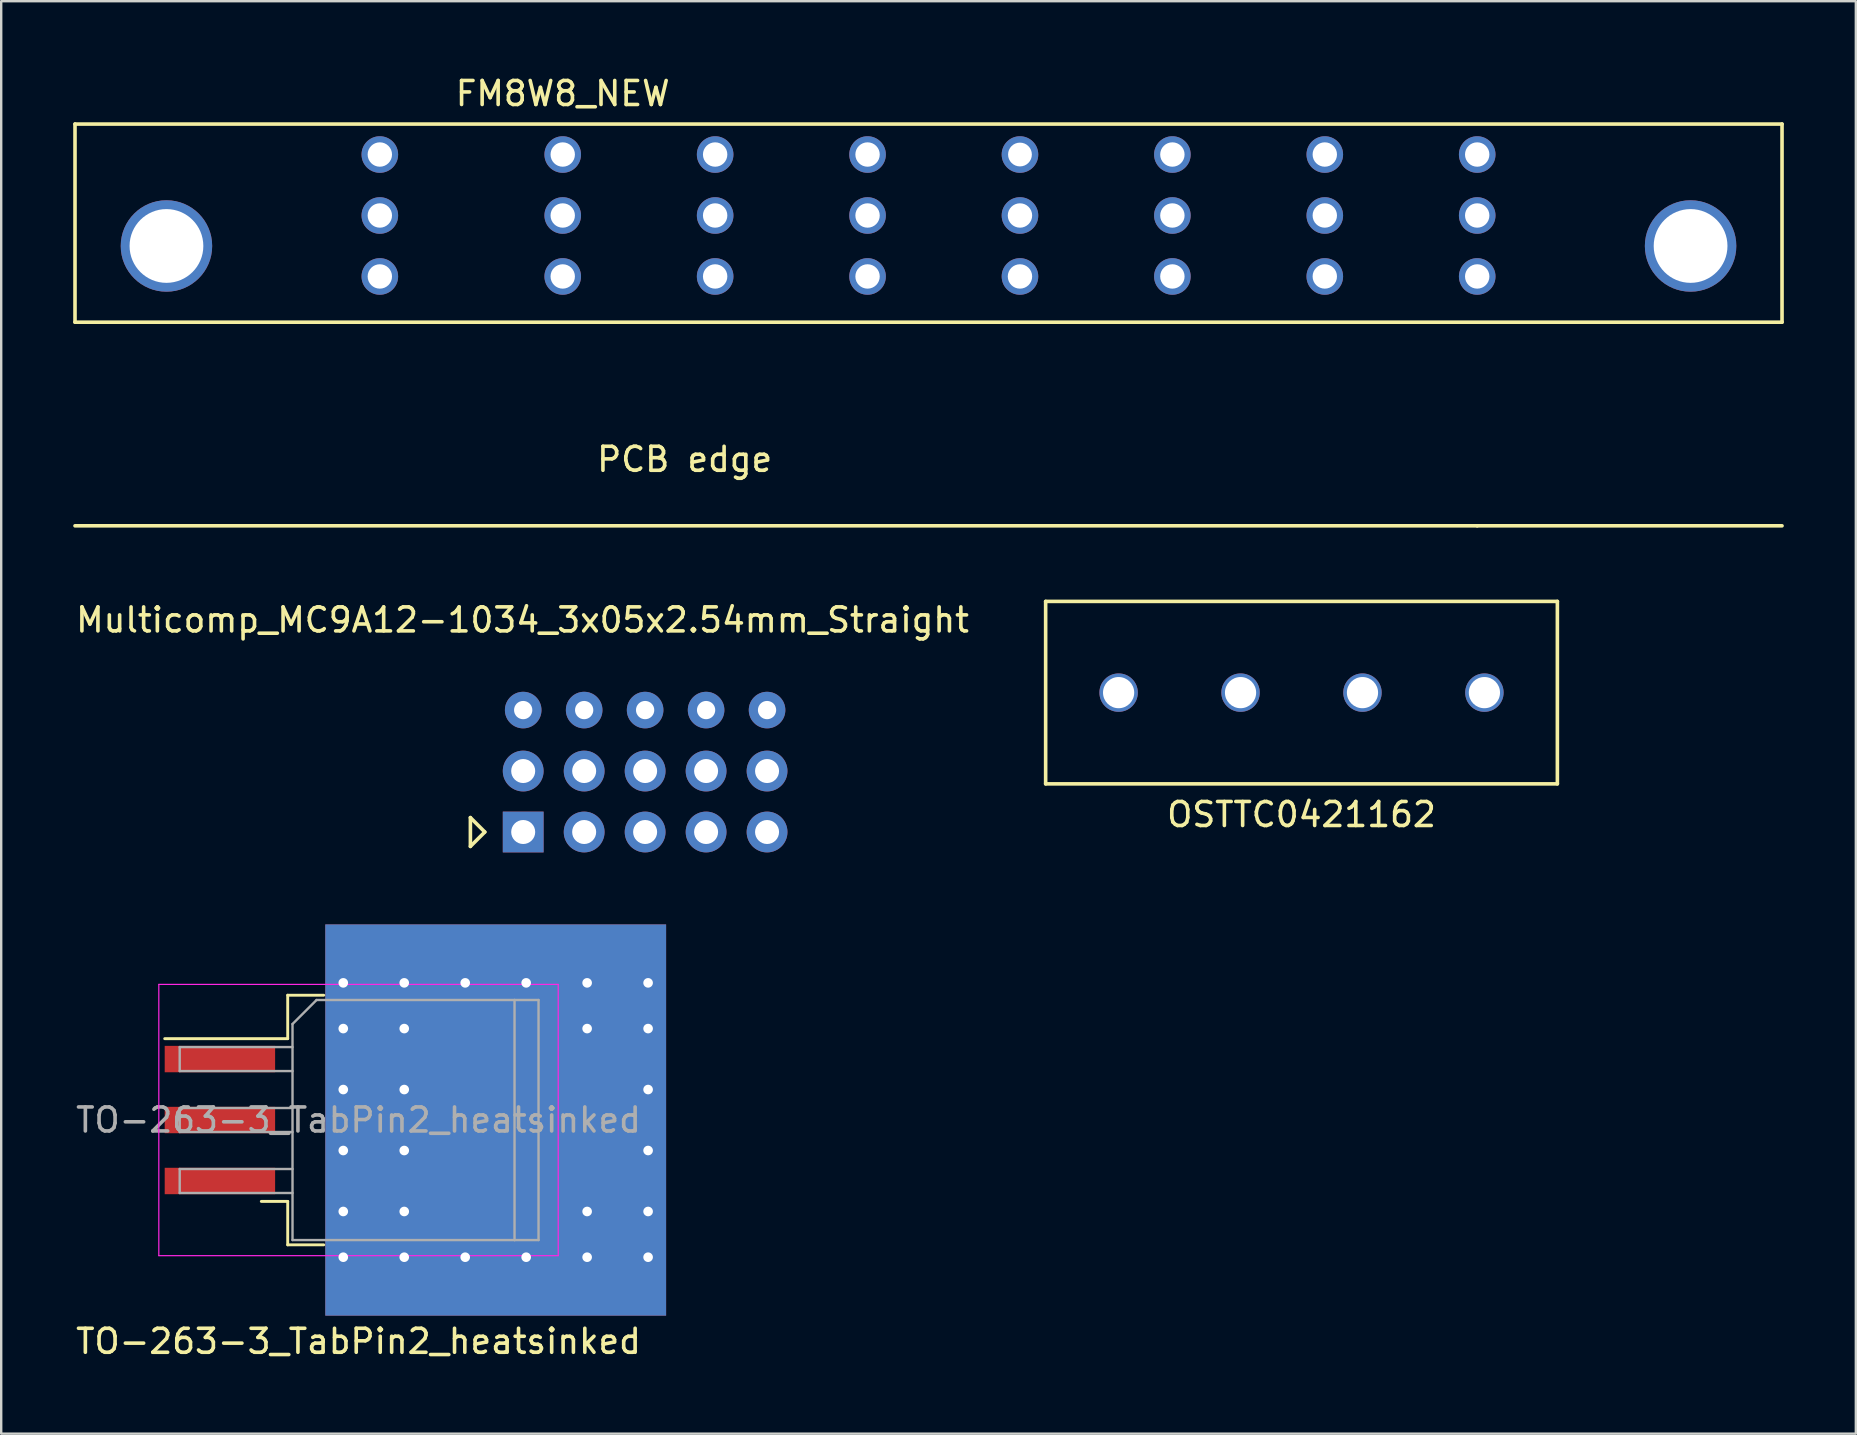
<source format=kicad_pcb>
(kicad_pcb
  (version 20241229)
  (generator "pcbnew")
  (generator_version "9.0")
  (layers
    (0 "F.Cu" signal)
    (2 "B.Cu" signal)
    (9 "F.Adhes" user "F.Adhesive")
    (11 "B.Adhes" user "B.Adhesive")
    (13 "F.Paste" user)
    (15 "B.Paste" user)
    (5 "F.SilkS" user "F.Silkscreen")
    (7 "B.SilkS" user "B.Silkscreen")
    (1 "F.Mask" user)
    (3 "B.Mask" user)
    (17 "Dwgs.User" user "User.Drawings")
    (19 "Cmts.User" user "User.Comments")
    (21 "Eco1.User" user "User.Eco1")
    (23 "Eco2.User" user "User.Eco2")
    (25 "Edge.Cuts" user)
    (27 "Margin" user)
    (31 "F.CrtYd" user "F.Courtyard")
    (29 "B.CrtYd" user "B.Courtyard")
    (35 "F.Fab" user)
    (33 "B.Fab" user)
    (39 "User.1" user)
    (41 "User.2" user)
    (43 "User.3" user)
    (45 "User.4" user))
  (footprint "OSTTC0421162"
    (layer "F.Cu")
    (at 51.175 25.807)
    (property "Reference" "OSTTC0421162" (at 0 5.08 0) (layer "F.SilkS") (effects (font (size 1 1) (thickness 0.15))))
    (attr through_hole)
    (fp_line (start -10.66 -3.8) (end -10.66 3.8) (stroke (width 0.15) (type solid)) (layer "F.SilkS"))
    (fp_line (start -10.66 3.8) (end 10.66 3.8) (stroke (width 0.15) (type solid)) (layer "F.SilkS"))
    (fp_line (start 10.66 -3.8) (end -10.66 -3.8) (stroke (width 0.15) (type solid)) (layer "F.SilkS"))
    (fp_line (start 10.66 3.8) (end 10.66 -3.8) (stroke (width 0.15) (type solid)) (layer "F.SilkS"))
    (pad "1" thru_hole circle (at -7.62 0) (size 1.6 1.6) (drill 1.3) (layers "*.Cu" "*.Mask"))
    (pad "2" thru_hole circle (at -2.54 0) (size 1.6 1.6) (drill 1.3) (layers "*.Cu" "*.Mask"))
    (pad "3" thru_hole circle (at 2.54 0) (size 1.6 1.6) (drill 1.3) (layers "*.Cu" "*.Mask"))
    (pad "4" thru_hole circle (at 7.62 0) (size 1.6 1.6) (drill 1.3) (layers "*.Cu" "*.Mask")))
  (footprint "TO-263-3_TabPin2_heatsinked"
    (layer "F.Cu")
    (at 11.887 43.614)
    (property "Reference" "TO-263-3_TabPin2_heatsinked" (at 0 9.22 0) (layer "F.SilkS") (effects (font (size 1 1) (thickness 0.15))))
    (attr smd)
    (fp_line (start -2.95 -5.2) (end -2.95 -3.39) (stroke (width 0.12) (type solid)) (layer "F.SilkS"))
    (fp_line (start -2.95 -3.39) (end -8.075 -3.39) (stroke (width 0.12) (type solid)) (layer "F.SilkS"))
    (fp_line (start -2.95 3.39) (end -4.05 3.39) (stroke (width 0.12) (type solid)) (layer "F.SilkS"))
    (fp_line (start -2.95 5.2) (end -2.95 3.39) (stroke (width 0.12) (type solid)) (layer "F.SilkS"))
    (fp_line (start -1.45 -5.2) (end -2.95 -5.2) (stroke (width 0.12) (type solid)) (layer "F.SilkS"))
    (fp_line (start -1.45 5.2) (end -2.95 5.2) (stroke (width 0.12) (type solid)) (layer "F.SilkS"))
    (fp_line (start -8.32 -5.65) (end -8.32 5.65) (stroke (width 0.05) (type solid)) (layer "F.CrtYd"))
    (fp_line (start -8.32 5.65) (end 8.32 5.65) (stroke (width 0.05) (type solid)) (layer "F.CrtYd"))
    (fp_line (start 8.32 -5.65) (end -8.32 -5.65) (stroke (width 0.05) (type solid)) (layer "F.CrtYd"))
    (fp_line (start 8.32 5.65) (end 8.32 -5.65) (stroke (width 0.05) (type solid)) (layer "F.CrtYd"))
    (fp_line (start -7.45 -3.04) (end -7.45 -2.04) (stroke (width 0.1) (type solid)) (layer "F.Fab"))
    (fp_line (start -7.45 -2.04) (end -2.75 -2.04) (stroke (width 0.1) (type solid)) (layer "F.Fab"))
    (fp_line (start -7.45 -0.5) (end -7.45 0.5) (stroke (width 0.1) (type solid)) (layer "F.Fab"))
    (fp_line (start -7.45 0.5) (end -2.75 0.5) (stroke (width 0.1) (type solid)) (layer "F.Fab"))
    (fp_line (start -7.45 2.04) (end -7.45 3.04) (stroke (width 0.1) (type solid)) (layer "F.Fab"))
    (fp_line (start -7.45 3.04) (end -2.75 3.04) (stroke (width 0.1) (type solid)) (layer "F.Fab"))
    (fp_line (start -2.75 -4) (end -1.75 -5) (stroke (width 0.1) (type solid)) (layer "F.Fab"))
    (fp_line (start -2.75 -3.04) (end -7.45 -3.04) (stroke (width 0.1) (type solid)) (layer "F.Fab"))
    (fp_line (start -2.75 -0.5) (end -7.45 -0.5) (stroke (width 0.1) (type solid)) (layer "F.Fab"))
    (fp_line (start -2.75 2.04) (end -7.45 2.04) (stroke (width 0.1) (type solid)) (layer "F.Fab"))
    (fp_line (start -2.75 5) (end -2.75 -4) (stroke (width 0.1) (type solid)) (layer "F.Fab"))
    (fp_line (start -1.75 -5) (end 6.5 -5) (stroke (width 0.1) (type solid)) (layer "F.Fab"))
    (fp_line (start 6.5 -5) (end 6.5 5) (stroke (width 0.1) (type solid)) (layer "F.Fab"))
    (fp_line (start 6.5 -5) (end 7.5 -5) (stroke (width 0.1) (type solid)) (layer "F.Fab"))
    (fp_line (start 6.5 5) (end -2.75 5) (stroke (width 0.1) (type solid)) (layer "F.Fab"))
    (fp_line (start 7.5 -5) (end 7.5 5) (stroke (width 0.1) (type solid)) (layer "F.Fab"))
    (fp_line (start 7.5 5) (end 6.5 5) (stroke (width 0.1) (type solid)) (layer "F.Fab"))
    (fp_text user "${REFERENCE}" (at 0 0 0) (layer "F.Fab") (effects (font (size 1 1) (thickness 0.15))))
    (pad "" thru_hole circle (at -0.635 -5.715) (size 0.8 0.8) (drill 0.4) (layers "*.Cu" "*.Mask"))
    (pad "" thru_hole circle (at -0.635 -3.81) (size 0.8 0.8) (drill 0.4) (layers "*.Cu" "*.Mask"))
    (pad "" thru_hole circle (at -0.635 -1.27) (size 0.8 0.8) (drill 0.4) (layers "*.Cu" "*.Mask"))
    (pad "" thru_hole circle (at -0.635 1.27) (size 0.8 0.8) (drill 0.4) (layers "*.Cu" "*.Mask"))
    (pad "" thru_hole circle (at -0.635 3.81) (size 0.8 0.8) (drill 0.4) (layers "*.Cu" "*.Mask"))
    (pad "" thru_hole circle (at -0.635 5.715) (size 0.8 0.8) (drill 0.4) (layers "*.Cu" "*.Mask"))
    (pad "" thru_hole circle (at 1.905 -5.715) (size 0.8 0.8) (drill 0.4) (layers "*.Cu" "*.Mask"))
    (pad "" thru_hole circle (at 1.905 -3.81) (size 0.8 0.8) (drill 0.4) (layers "*.Cu" "*.Mask"))
    (pad "" thru_hole circle (at 1.905 -1.27) (size 0.8 0.8) (drill 0.4) (layers "*.Cu" "*.Mask"))
    (pad "" thru_hole circle (at 1.905 1.27) (size 0.8 0.8) (drill 0.4) (layers "*.Cu" "*.Mask"))
    (pad "" thru_hole circle (at 1.905 3.81) (size 0.8 0.8) (drill 0.4) (layers "*.Cu" "*.Mask"))
    (pad "" thru_hole circle (at 1.905 5.715) (size 0.8 0.8) (drill 0.4) (layers "*.Cu" "*.Mask"))
    (pad "" thru_hole circle (at 4.445 -5.715) (size 0.8 0.8) (drill 0.4) (layers "*.Cu" "*.Mask"))
    (pad "" thru_hole circle (at 4.445 5.715) (size 0.8 0.8) (drill 0.4) (layers "*.Cu" "*.Mask"))
    (pad "" thru_hole circle (at 6.985 -5.715) (size 0.8 0.8) (drill 0.4) (layers "*.Cu" "*.Mask"))
    (pad "" thru_hole circle (at 6.985 5.715) (size 0.8 0.8) (drill 0.4) (layers "*.Cu" "*.Mask"))
    (pad "" thru_hole circle (at 9.525 -5.715) (size 0.8 0.8) (drill 0.4) (layers "*.Cu" "*.Mask"))
    (pad "" thru_hole circle (at 9.525 -3.81) (size 0.8 0.8) (drill 0.4) (layers "*.Cu" "*.Mask"))
    (pad "" thru_hole circle (at 9.525 3.81) (size 0.8 0.8) (drill 0.4) (layers "*.Cu" "*.Mask"))
    (pad "" thru_hole circle (at 9.525 5.715) (size 0.8 0.8) (drill 0.4) (layers "*.Cu" "*.Mask"))
    (pad "" thru_hole circle (at 12.065 -5.715) (size 0.8 0.8) (drill 0.4) (layers "*.Cu" "*.Mask"))
    (pad "" thru_hole circle (at 12.065 -3.81) (size 0.8 0.8) (drill 0.4) (layers "*.Cu" "*.Mask"))
    (pad "" thru_hole circle (at 12.065 -1.27) (size 0.8 0.8) (drill 0.4) (layers "*.Cu" "*.Mask"))
    (pad "" thru_hole circle (at 12.065 1.27) (size 0.8 0.8) (drill 0.4) (layers "*.Cu" "*.Mask"))
    (pad "" thru_hole circle (at 12.065 3.81) (size 0.8 0.8) (drill 0.4) (layers "*.Cu" "*.Mask"))
    (pad "" thru_hole circle (at 12.065 5.715) (size 0.8 0.8) (drill 0.4) (layers "*.Cu" "*.Mask"))
    (pad "1" smd rect (at -5.775 -2.54) (size 4.6 1.1) (layers "F.Cu" "F.Mask" "F.Paste"))
    (pad "2" smd rect (at -5.775 0) (size 4.6 1.1) (layers "F.Cu" "F.Mask" "F.Paste"))
    (pad "2" smd rect (at 0.95 -2.775) (size 4.55 5.25) (layers "F.Cu" "F.Paste"))
    (pad "2" smd rect (at 0.95 2.775) (size 4.55 5.25) (layers "F.Cu" "F.Paste"))
    (pad "2" smd rect (at 3.375 0) (size 9.4 10.8) (layers "F.Cu" "F.Mask"))
    (pad "2" smd rect (at 5.715 -7.1) (size 13.7 1.4) (layers "F.Cu" "F.Mask" "F.Paste"))
    (pad "2" smd rect (at 5.715 -7.1) (size 13.7 1.4) (layers "B.Cu" "B.Mask" "B.Paste"))
    (pad "2" smd rect (at 5.715 0) (size 14.2 16.3) (layers "F.Cu"))
    (pad "2" smd rect (at 5.715 0) (size 14.2 16.3) (layers "B.Cu"))
    (pad "2" smd rect (at 5.715 7.1) (size 13.7 1.4) (layers "F.Cu" "F.Mask" "F.Paste"))
    (pad "2" smd rect (at 5.715 7.1) (size 13.7 1.4) (layers "B.Cu" "B.Mask" "B.Paste"))
    (pad "2" smd rect (at 5.8 -2.775) (size 4.55 5.25) (layers "F.Cu" "F.Paste"))
    (pad "2" smd rect (at 5.8 2.775) (size 4.55 5.25) (layers "F.Cu" "F.Paste"))
    (pad "3" smd rect (at -5.775 2.54) (size 4.6 1.1) (layers "F.Cu" "F.Mask" "F.Paste")))
  (footprint "FM8W8_NEW"
    (layer "F.Cu")
    (at 35.635 7.198)
    (property "Reference" "FM8W8_NEW" (at -15.24 -6.35 180) (layer "F.SilkS") (effects (font (size 1 1) (thickness 0.15))))
    (attr through_hole)
    (fp_line (start -35.56 -5.08) (end -35.56 3.175) (stroke (width 0.15) (type solid)) (layer "F.SilkS"))
    (fp_line (start -35.56 3.175) (end 35.56 3.175) (stroke (width 0.15) (type solid)) (layer "F.SilkS"))
    (fp_line (start -35.56 11.659) (end 22.86 11.659) (stroke (width 0.15) (type solid)) (layer "F.SilkS"))
    (fp_line (start 22.86 11.659) (end 35.56 11.659) (stroke (width 0.15) (type solid)) (layer "F.SilkS"))
    (fp_line (start 35.56 -5.08) (end -35.56 -5.08) (stroke (width 0.15) (type solid)) (layer "F.SilkS"))
    (fp_line (start 35.56 3.175) (end 35.56 -5.08) (stroke (width 0.15) (type solid)) (layer "F.SilkS"))
    (fp_text user "PCB edge" (at -10.16 8.89 0) (layer "F.SilkS") (effects (font (size 1 1) (thickness 0.15))))
    (pad "0" thru_hole circle (at -31.75 0) (size 3.81 3.81) (drill 3.073) (layers "*.Cu" "*.Mask"))
    (pad "0" thru_hole circle (at 31.75 0) (size 3.81 3.81) (drill 3.073) (layers "*.Cu" "*.Mask"))
    (pad "A1" thru_hole circle (at -22.86 -3.81) (size 1.524 1.524) (drill 1.016) (layers "*.Cu" "*.Mask"))
    (pad "A1" thru_hole circle (at -22.86 -1.27) (size 1.524 1.524) (drill 1.016) (layers "*.Cu" "*.Mask"))
    (pad "A1" thru_hole circle (at -22.86 1.27) (size 1.524 1.524) (drill 1.016) (layers "*.Cu" "*.Mask"))
    (pad "A2" thru_hole circle (at -15.24 -3.81) (size 1.524 1.524) (drill 1.016) (layers "*.Cu" "*.Mask"))
    (pad "A2" thru_hole circle (at -15.24 -1.27) (size 1.524 1.524) (drill 1.016) (layers "*.Cu" "*.Mask"))
    (pad "A2" thru_hole circle (at -15.24 1.27) (size 1.524 1.524) (drill 1.016) (layers "*.Cu" "*.Mask"))
    (pad "A3" thru_hole circle (at -8.89 -3.81) (size 1.524 1.524) (drill 1.016) (layers "*.Cu" "*.Mask"))
    (pad "A3" thru_hole circle (at -8.89 -1.27) (size 1.524 1.524) (drill 1.016) (layers "*.Cu" "*.Mask"))
    (pad "A3" thru_hole circle (at -8.89 1.27) (size 1.524 1.524) (drill 1.016) (layers "*.Cu" "*.Mask"))
    (pad "A4" thru_hole circle (at -2.54 -3.81) (size 1.524 1.524) (drill 1.016) (layers "*.Cu" "*.Mask"))
    (pad "A4" thru_hole circle (at -2.54 -1.27) (size 1.524 1.524) (drill 1.016) (layers "*.Cu" "*.Mask"))
    (pad "A4" thru_hole circle (at -2.54 1.27) (size 1.524 1.524) (drill 1.016) (layers "*.Cu" "*.Mask"))
    (pad "A5" thru_hole circle (at 3.81 -3.81) (size 1.524 1.524) (drill 0.991) (layers "*.Cu" "*.Mask"))
    (pad "A5" thru_hole circle (at 3.81 -1.27) (size 1.524 1.524) (drill 1.016) (layers "*.Cu" "*.Mask"))
    (pad "A5" thru_hole circle (at 3.81 1.27) (size 1.524 1.524) (drill 1.016) (layers "*.Cu" "*.Mask"))
    (pad "A6" thru_hole circle (at 10.16 -3.81) (size 1.524 1.524) (drill 1.016) (layers "*.Cu" "*.Mask"))
    (pad "A6" thru_hole circle (at 10.16 -1.27) (size 1.524 1.524) (drill 1.016) (layers "*.Cu" "*.Mask"))
    (pad "A6" thru_hole circle (at 10.16 1.27) (size 1.524 1.524) (drill 1.016) (layers "*.Cu" "*.Mask"))
    (pad "A7" thru_hole circle (at 16.51 -3.81) (size 1.524 1.524) (drill 1.016) (layers "*.Cu" "*.Mask"))
    (pad "A7" thru_hole circle (at 16.51 -1.27) (size 1.524 1.524) (drill 1.016) (layers "*.Cu" "*.Mask"))
    (pad "A7" thru_hole circle (at 16.51 1.27) (size 1.524 1.524) (drill 1.016) (layers "*.Cu" "*.Mask"))
    (pad "A8" thru_hole circle (at 22.86 -3.81) (size 1.524 1.524) (drill 1.016) (layers "*.Cu" "*.Mask"))
    (pad "A8" thru_hole circle (at 22.86 -1.27) (size 1.524 1.524) (drill 1.016) (layers "*.Cu" "*.Mask"))
    (pad "A8" thru_hole circle (at 22.86 1.27) (size 1.524 1.524) (drill 1.016) (layers "*.Cu" "*.Mask")))
  (footprint "Multicomp_MC9A12-1034_3x05x2.54mm_Straight"
    (layer "F.Cu")
    (at 18.748 31.614)
    (property "Reference" "Multicomp_MC9A12-1034_3x05x2.54mm_Straight" (at -0.028 -8.834 0) (layer "F.SilkS") (effects (font (size 1 1) (thickness 0.15))))
    (attr through_hole)
    (fp_line (start -2.2 -0.6) (end -1.6 0) (stroke (width 0.15) (type solid)) (layer "F.SilkS"))
    (fp_line (start -2.2 0.6) (end -2.2 -0.6) (stroke (width 0.15) (type solid)) (layer "F.SilkS"))
    (fp_line (start -1.6 0) (end -2.2 0.6) (stroke (width 0.15) (type solid)) (layer "F.SilkS"))
    (pad "1" thru_hole rect (at 0 0) (size 1.7 1.7) (drill 1) (layers "*.Cu" "*.Mask"))
    (pad "2" thru_hole circle (at 2.54 0) (size 1.7 1.7) (drill 1) (layers "*.Cu" "*.Mask"))
    (pad "3" thru_hole circle (at 5.08 0) (size 1.7 1.7) (drill 1) (layers "*.Cu" "*.Mask"))
    (pad "4" thru_hole circle (at 7.62 0) (size 1.7 1.7) (drill 1) (layers "*.Cu" "*.Mask"))
    (pad "5" thru_hole circle (at 10.16 0) (size 1.7 1.7) (drill 1) (layers "*.Cu" "*.Mask"))
    (pad "6" thru_hole circle (at 0 -2.54) (size 1.7 1.7) (drill 1) (layers "*.Cu" "*.Mask"))
    (pad "7" thru_hole circle (at 2.54 -2.54) (size 1.7 1.7) (drill 1) (layers "*.Cu" "*.Mask"))
    (pad "8" thru_hole circle (at 5.08 -2.54) (size 1.7 1.7) (drill 1) (layers "*.Cu" "*.Mask"))
    (pad "9" thru_hole circle (at 7.62 -2.54) (size 1.7 1.7) (drill 1) (layers "*.Cu" "*.Mask"))
    (pad "10" thru_hole circle (at 10.16 -2.54) (size 1.7 1.7) (drill 1) (layers "*.Cu" "*.Mask"))
    (pad "11" thru_hole circle (at 0 -5.08) (size 1.524 1.524) (drill 0.762) (layers "*.Cu" "*.Mask"))
    (pad "12" thru_hole circle (at 2.54 -5.08) (size 1.524 1.524) (drill 0.762) (layers "*.Cu" "*.Mask"))
    (pad "13" thru_hole circle (at 5.08 -5.08) (size 1.524 1.524) (drill 0.762) (layers "*.Cu" "*.Mask"))
    (pad "14" thru_hole circle (at 7.62 -5.08) (size 1.524 1.524) (drill 0.762) (layers "*.Cu" "*.Mask"))
    (pad "15" thru_hole circle (at 10.16 -5.08) (size 1.524 1.524) (drill 0.762) (layers "*.Cu" "*.Mask")))
  (gr_rect
    (start -3 -3)
    (end 74.27 56.682)
    (stroke (width 0.1) (type default))
    (fill no)
    (layer "Edge.Cuts")))
</source>
